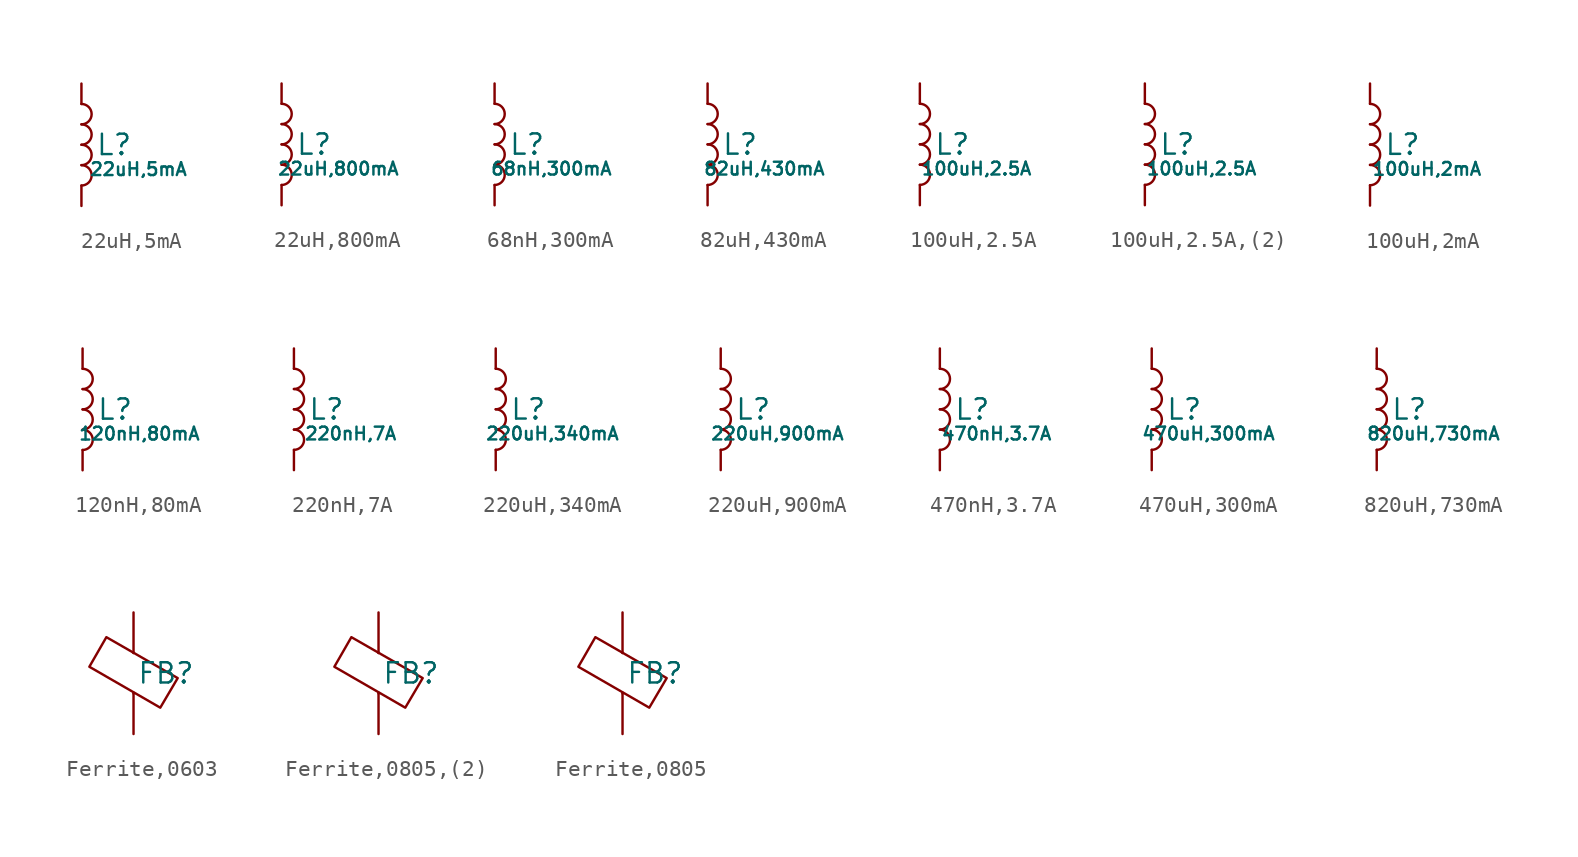
<source format=kicad_sym>
(kicad_symbol_lib
  (version 20231120)
  (generator "CDFER")
  (generator_version "8.0")
  (symbol "22uH,5mA"
    (pin_numbers hide)
    (pin_names
      (offset 0))
    (property "Reference" "L"
      (at 2.032 0 0)
      (effects (font (size 1.27 1.27)) (hide no)))
    (property "Value" "22uH,5mA"
      (at 3.556 -1.524 0)
      (effects (font (size 0.8 0.8)) (hide no)))
    (symbol "22uH,5mA_0_1"
      (arc (start 0 -2.54) (mid 0.6323 -1.905) (end 0 -1.27) (stroke (width 0) (type default)) (fill (type none)))
      (arc (start 0 -1.27) (mid 0.6323 -0.635) (end 0 0) (stroke (width 0) (type default)) (fill (type none)))
      (arc (start 0 0) (mid 0.6323 0.635) (end 0 1.27) (stroke (width 0) (type default)) (fill (type none)))
      (arc (start 0 1.27) (mid 0.6323 1.905) (end 0 2.54) (stroke (width 0) (type default)) (fill (type none))))
    (symbol "22uH,5mA_1_1"
      (pin passive line (at 0 3.81 270) (length 1.27) (name "~" (effects (font (size 1.27 1.27)))) (number "1" (effects (font (size 1.27 1.27)))))
      (pin passive line (at 0 -3.81 90) (length 1.27) (name "~" (effects (font (size 1.27 1.27)))) (number "2" (effects (font (size 1.27 1.27)))))))
  (symbol "22uH,800mA"
    (pin_numbers hide)
    (pin_names
      (offset 0))
    (property "Reference" "L"
      (at 2.032 0 0)
      (effects (font (size 1.27 1.27)) (hide no)))
    (property "Value" "22uH,800mA"
      (at 3.556 -1.524 0)
      (effects (font (size 0.8 0.8)) (hide no)))
    (symbol "22uH,800mA_0_1"
      (arc (start 0 -2.54) (mid 0.6323 -1.905) (end 0 -1.27) (stroke (width 0) (type default)) (fill (type none)))
      (arc (start 0 -1.27) (mid 0.6323 -0.635) (end 0 0) (stroke (width 0) (type default)) (fill (type none)))
      (arc (start 0 0) (mid 0.6323 0.635) (end 0 1.27) (stroke (width 0) (type default)) (fill (type none)))
      (arc (start 0 1.27) (mid 0.6323 1.905) (end 0 2.54) (stroke (width 0) (type default)) (fill (type none))))
    (symbol "22uH,800mA_1_1"
      (pin passive line (at 0 3.81 270) (length 1.27) (name "~" (effects (font (size 1.27 1.27)))) (number "1" (effects (font (size 1.27 1.27)))))
      (pin passive line (at 0 -3.81 90) (length 1.27) (name "~" (effects (font (size 1.27 1.27)))) (number "2" (effects (font (size 1.27 1.27)))))))
  (symbol "68nH,300mA"
    (pin_numbers hide)
    (pin_names
      (offset 0))
    (property "Reference" "L"
      (at 2.032 0 0)
      (effects (font (size 1.27 1.27)) (hide no)))
    (property "Value" "68nH,300mA"
      (at 3.556 -1.524 0)
      (effects (font (size 0.8 0.8)) (hide no)))
    (symbol "68nH,300mA_0_1"
      (arc (start 0 -2.54) (mid 0.6323 -1.905) (end 0 -1.27) (stroke (width 0) (type default)) (fill (type none)))
      (arc (start 0 -1.27) (mid 0.6323 -0.635) (end 0 0) (stroke (width 0) (type default)) (fill (type none)))
      (arc (start 0 0) (mid 0.6323 0.635) (end 0 1.27) (stroke (width 0) (type default)) (fill (type none)))
      (arc (start 0 1.27) (mid 0.6323 1.905) (end 0 2.54) (stroke (width 0) (type default)) (fill (type none))))
    (symbol "68nH,300mA_1_1"
      (pin passive line (at 0 3.81 270) (length 1.27) (name "~" (effects (font (size 1.27 1.27)))) (number "1" (effects (font (size 1.27 1.27)))))
      (pin passive line (at 0 -3.81 90) (length 1.27) (name "~" (effects (font (size 1.27 1.27)))) (number "2" (effects (font (size 1.27 1.27)))))))
  (symbol "82uH,430mA"
    (pin_numbers hide)
    (pin_names
      (offset 0))
    (property "Reference" "L"
      (at 2.032 0 0)
      (effects (font (size 1.27 1.27)) (hide no)))
    (property "Value" "82uH,430mA"
      (at 3.556 -1.524 0)
      (effects (font (size 0.8 0.8)) (hide no)))
    (symbol "82uH,430mA_0_1"
      (arc (start 0 -2.54) (mid 0.6323 -1.905) (end 0 -1.27) (stroke (width 0) (type default)) (fill (type none)))
      (arc (start 0 -1.27) (mid 0.6323 -0.635) (end 0 0) (stroke (width 0) (type default)) (fill (type none)))
      (arc (start 0 0) (mid 0.6323 0.635) (end 0 1.27) (stroke (width 0) (type default)) (fill (type none)))
      (arc (start 0 1.27) (mid 0.6323 1.905) (end 0 2.54) (stroke (width 0) (type default)) (fill (type none))))
    (symbol "82uH,430mA_1_1"
      (pin passive line (at 0 3.81 270) (length 1.27) (name "~" (effects (font (size 1.27 1.27)))) (number "1" (effects (font (size 1.27 1.27)))))
      (pin passive line (at 0 -3.81 90) (length 1.27) (name "~" (effects (font (size 1.27 1.27)))) (number "2" (effects (font (size 1.27 1.27)))))))
  (symbol "100uH,2.5A"
    (pin_numbers hide)
    (pin_names
      (offset 0))
    (property "Reference" "L"
      (at 2.032 0 0)
      (effects (font (size 1.27 1.27)) (hide no)))
    (property "Value" "100uH,2.5A"
      (at 3.556 -1.524 0)
      (effects (font (size 0.8 0.8)) (hide no)))
    (symbol "100uH,2.5A_0_1"
      (arc (start 0 -2.54) (mid 0.6323 -1.905) (end 0 -1.27) (stroke (width 0) (type default)) (fill (type none)))
      (arc (start 0 -1.27) (mid 0.6323 -0.635) (end 0 0) (stroke (width 0) (type default)) (fill (type none)))
      (arc (start 0 0) (mid 0.6323 0.635) (end 0 1.27) (stroke (width 0) (type default)) (fill (type none)))
      (arc (start 0 1.27) (mid 0.6323 1.905) (end 0 2.54) (stroke (width 0) (type default)) (fill (type none))))
    (symbol "100uH,2.5A_1_1"
      (pin passive line (at 0 3.81 270) (length 1.27) (name "~" (effects (font (size 1.27 1.27)))) (number "1" (effects (font (size 1.27 1.27)))))
      (pin passive line (at 0 -3.81 90) (length 1.27) (name "~" (effects (font (size 1.27 1.27)))) (number "2" (effects (font (size 1.27 1.27)))))))
  (symbol "100uH,2.5A,(2)"
    (pin_numbers hide)
    (pin_names
      (offset 0))
    (property "Reference" "L"
      (at 2.032 0 0)
      (effects (font (size 1.27 1.27)) (hide no)))
    (property "Value" "100uH,2.5A"
      (at 3.556 -1.524 0)
      (effects (font (size 0.8 0.8)) (hide no)))
    (symbol "100uH,2.5A,(2)_0_1"
      (arc (start 0 -2.54) (mid 0.6323 -1.905) (end 0 -1.27) (stroke (width 0) (type default)) (fill (type none)))
      (arc (start 0 -1.27) (mid 0.6323 -0.635) (end 0 0) (stroke (width 0) (type default)) (fill (type none)))
      (arc (start 0 0) (mid 0.6323 0.635) (end 0 1.27) (stroke (width 0) (type default)) (fill (type none)))
      (arc (start 0 1.27) (mid 0.6323 1.905) (end 0 2.54) (stroke (width 0) (type default)) (fill (type none))))
    (symbol "100uH,2.5A,(2)_1_1"
      (pin passive line (at 0 3.81 270) (length 1.27) (name "~" (effects (font (size 1.27 1.27)))) (number "1" (effects (font (size 1.27 1.27)))))
      (pin passive line (at 0 -3.81 90) (length 1.27) (name "~" (effects (font (size 1.27 1.27)))) (number "2" (effects (font (size 1.27 1.27)))))))
  (symbol "100uH,2mA"
    (pin_numbers hide)
    (pin_names
      (offset 0))
    (property "Reference" "L"
      (at 2.032 0 0)
      (effects (font (size 1.27 1.27)) (hide no)))
    (property "Value" "100uH,2mA"
      (at 3.556 -1.524 0)
      (effects (font (size 0.8 0.8)) (hide no)))
    (symbol "100uH,2mA_0_1"
      (arc (start 0 -2.54) (mid 0.6323 -1.905) (end 0 -1.27) (stroke (width 0) (type default)) (fill (type none)))
      (arc (start 0 -1.27) (mid 0.6323 -0.635) (end 0 0) (stroke (width 0) (type default)) (fill (type none)))
      (arc (start 0 0) (mid 0.6323 0.635) (end 0 1.27) (stroke (width 0) (type default)) (fill (type none)))
      (arc (start 0 1.27) (mid 0.6323 1.905) (end 0 2.54) (stroke (width 0) (type default)) (fill (type none))))
    (symbol "100uH,2mA_1_1"
      (pin passive line (at 0 3.81 270) (length 1.27) (name "~" (effects (font (size 1.27 1.27)))) (number "1" (effects (font (size 1.27 1.27)))))
      (pin passive line (at 0 -3.81 90) (length 1.27) (name "~" (effects (font (size 1.27 1.27)))) (number "2" (effects (font (size 1.27 1.27)))))))
  (symbol "120nH,80mA"
    (pin_numbers hide)
    (pin_names
      (offset 0))
    (property "Reference" "L"
      (at 2.032 0 0)
      (effects (font (size 1.27 1.27)) (hide no)))
    (property "Value" "120nH,80mA"
      (at 3.556 -1.524 0)
      (effects (font (size 0.8 0.8)) (hide no)))
    (symbol "120nH,80mA_0_1"
      (arc (start 0 -2.54) (mid 0.6323 -1.905) (end 0 -1.27) (stroke (width 0) (type default)) (fill (type none)))
      (arc (start 0 -1.27) (mid 0.6323 -0.635) (end 0 0) (stroke (width 0) (type default)) (fill (type none)))
      (arc (start 0 0) (mid 0.6323 0.635) (end 0 1.27) (stroke (width 0) (type default)) (fill (type none)))
      (arc (start 0 1.27) (mid 0.6323 1.905) (end 0 2.54) (stroke (width 0) (type default)) (fill (type none))))
    (symbol "120nH,80mA_1_1"
      (pin passive line (at 0 3.81 270) (length 1.27) (name "~" (effects (font (size 1.27 1.27)))) (number "1" (effects (font (size 1.27 1.27)))))
      (pin passive line (at 0 -3.81 90) (length 1.27) (name "~" (effects (font (size 1.27 1.27)))) (number "2" (effects (font (size 1.27 1.27)))))))
  (symbol "220nH,7A"
    (pin_numbers hide)
    (pin_names
      (offset 0))
    (property "Reference" "L"
      (at 2.032 0 0)
      (effects (font (size 1.27 1.27)) (hide no)))
    (property "Value" "220nH,7A"
      (at 3.556 -1.524 0)
      (effects (font (size 0.8 0.8)) (hide no)))
    (symbol "220nH,7A_0_1"
      (arc (start 0 -2.54) (mid 0.6323 -1.905) (end 0 -1.27) (stroke (width 0) (type default)) (fill (type none)))
      (arc (start 0 -1.27) (mid 0.6323 -0.635) (end 0 0) (stroke (width 0) (type default)) (fill (type none)))
      (arc (start 0 0) (mid 0.6323 0.635) (end 0 1.27) (stroke (width 0) (type default)) (fill (type none)))
      (arc (start 0 1.27) (mid 0.6323 1.905) (end 0 2.54) (stroke (width 0) (type default)) (fill (type none))))
    (symbol "220nH,7A_1_1"
      (pin passive line (at 0 3.81 270) (length 1.27) (name "~" (effects (font (size 1.27 1.27)))) (number "1" (effects (font (size 1.27 1.27)))))
      (pin passive line (at 0 -3.81 90) (length 1.27) (name "~" (effects (font (size 1.27 1.27)))) (number "2" (effects (font (size 1.27 1.27)))))))
  (symbol "220uH,340mA"
    (pin_numbers hide)
    (pin_names
      (offset 0))
    (property "Reference" "L"
      (at 2.032 0 0)
      (effects (font (size 1.27 1.27)) (hide no)))
    (property "Value" "220uH,340mA"
      (at 3.556 -1.524 0)
      (effects (font (size 0.8 0.8)) (hide no)))
    (symbol "220uH,340mA_0_1"
      (arc (start 0 -2.54) (mid 0.6323 -1.905) (end 0 -1.27) (stroke (width 0) (type default)) (fill (type none)))
      (arc (start 0 -1.27) (mid 0.6323 -0.635) (end 0 0) (stroke (width 0) (type default)) (fill (type none)))
      (arc (start 0 0) (mid 0.6323 0.635) (end 0 1.27) (stroke (width 0) (type default)) (fill (type none)))
      (arc (start 0 1.27) (mid 0.6323 1.905) (end 0 2.54) (stroke (width 0) (type default)) (fill (type none))))
    (symbol "220uH,340mA_1_1"
      (pin passive line (at 0 3.81 270) (length 1.27) (name "~" (effects (font (size 1.27 1.27)))) (number "1" (effects (font (size 1.27 1.27)))))
      (pin passive line (at 0 -3.81 90) (length 1.27) (name "~" (effects (font (size 1.27 1.27)))) (number "2" (effects (font (size 1.27 1.27)))))))
  (symbol "220uH,900mA"
    (pin_numbers hide)
    (pin_names
      (offset 0))
    (property "Reference" "L"
      (at 2.032 0 0)
      (effects (font (size 1.27 1.27)) (hide no)))
    (property "Value" "220uH,900mA"
      (at 3.556 -1.524 0)
      (effects (font (size 0.8 0.8)) (hide no)))
    (symbol "220uH,900mA_0_1"
      (arc (start 0 -2.54) (mid 0.6323 -1.905) (end 0 -1.27) (stroke (width 0) (type default)) (fill (type none)))
      (arc (start 0 -1.27) (mid 0.6323 -0.635) (end 0 0) (stroke (width 0) (type default)) (fill (type none)))
      (arc (start 0 0) (mid 0.6323 0.635) (end 0 1.27) (stroke (width 0) (type default)) (fill (type none)))
      (arc (start 0 1.27) (mid 0.6323 1.905) (end 0 2.54) (stroke (width 0) (type default)) (fill (type none))))
    (symbol "220uH,900mA_1_1"
      (pin passive line (at 0 3.81 270) (length 1.27) (name "~" (effects (font (size 1.27 1.27)))) (number "1" (effects (font (size 1.27 1.27)))))
      (pin passive line (at 0 -3.81 90) (length 1.27) (name "~" (effects (font (size 1.27 1.27)))) (number "2" (effects (font (size 1.27 1.27)))))))
  (symbol "470nH,3.7A"
    (pin_numbers hide)
    (pin_names
      (offset 0))
    (property "Reference" "L"
      (at 2.032 0 0)
      (effects (font (size 1.27 1.27)) (hide no)))
    (property "Value" "470nH,3.7A"
      (at 3.556 -1.524 0)
      (effects (font (size 0.8 0.8)) (hide no)))
    (symbol "470nH,3.7A_0_1"
      (arc (start 0 -2.54) (mid 0.6323 -1.905) (end 0 -1.27) (stroke (width 0) (type default)) (fill (type none)))
      (arc (start 0 -1.27) (mid 0.6323 -0.635) (end 0 0) (stroke (width 0) (type default)) (fill (type none)))
      (arc (start 0 0) (mid 0.6323 0.635) (end 0 1.27) (stroke (width 0) (type default)) (fill (type none)))
      (arc (start 0 1.27) (mid 0.6323 1.905) (end 0 2.54) (stroke (width 0) (type default)) (fill (type none))))
    (symbol "470nH,3.7A_1_1"
      (pin passive line (at 0 3.81 270) (length 1.27) (name "~" (effects (font (size 1.27 1.27)))) (number "1" (effects (font (size 1.27 1.27)))))
      (pin passive line (at 0 -3.81 90) (length 1.27) (name "~" (effects (font (size 1.27 1.27)))) (number "2" (effects (font (size 1.27 1.27)))))))
  (symbol "470uH,300mA"
    (pin_numbers hide)
    (pin_names
      (offset 0))
    (property "Reference" "L"
      (at 2.032 0 0)
      (effects (font (size 1.27 1.27)) (hide no)))
    (property "Value" "470uH,300mA"
      (at 3.556 -1.524 0)
      (effects (font (size 0.8 0.8)) (hide no)))
    (symbol "470uH,300mA_0_1"
      (arc (start 0 -2.54) (mid 0.6323 -1.905) (end 0 -1.27) (stroke (width 0) (type default)) (fill (type none)))
      (arc (start 0 -1.27) (mid 0.6323 -0.635) (end 0 0) (stroke (width 0) (type default)) (fill (type none)))
      (arc (start 0 0) (mid 0.6323 0.635) (end 0 1.27) (stroke (width 0) (type default)) (fill (type none)))
      (arc (start 0 1.27) (mid 0.6323 1.905) (end 0 2.54) (stroke (width 0) (type default)) (fill (type none))))
    (symbol "470uH,300mA_1_1"
      (pin passive line (at 0 3.81 270) (length 1.27) (name "~" (effects (font (size 1.27 1.27)))) (number "1" (effects (font (size 1.27 1.27)))))
      (pin passive line (at 0 -3.81 90) (length 1.27) (name "~" (effects (font (size 1.27 1.27)))) (number "2" (effects (font (size 1.27 1.27)))))))
  (symbol "820uH,730mA"
    (pin_numbers hide)
    (pin_names
      (offset 0))
    (property "Reference" "L"
      (at 2.032 0 0)
      (effects (font (size 1.27 1.27)) (hide no)))
    (property "Value" "820uH,730mA"
      (at 3.556 -1.524 0)
      (effects (font (size 0.8 0.8)) (hide no)))
    (symbol "820uH,730mA_0_1"
      (arc (start 0 -2.54) (mid 0.6323 -1.905) (end 0 -1.27) (stroke (width 0) (type default)) (fill (type none)))
      (arc (start 0 -1.27) (mid 0.6323 -0.635) (end 0 0) (stroke (width 0) (type default)) (fill (type none)))
      (arc (start 0 0) (mid 0.6323 0.635) (end 0 1.27) (stroke (width 0) (type default)) (fill (type none)))
      (arc (start 0 1.27) (mid 0.6323 1.905) (end 0 2.54) (stroke (width 0) (type default)) (fill (type none))))
    (symbol "820uH,730mA_1_1"
      (pin passive line (at 0 3.81 270) (length 1.27) (name "~" (effects (font (size 1.27 1.27)))) (number "1" (effects (font (size 1.27 1.27)))))
      (pin passive line (at 0 -3.81 90) (length 1.27) (name "~" (effects (font (size 1.27 1.27)))) (number "2" (effects (font (size 1.27 1.27)))))))
  (symbol "Ferrite,0603"
    (pin_numbers hide)
    (pin_names
      (offset 0))
    (property "Reference" "FB"
      (at 2.032 0 0)
      (effects (font (size 1.27 1.27)) (hide no)))
    (property "Value" ""
      (at 3.556 -1.524 0)
      (effects (font (size 0.8 0.8)) (hide no)))
    (symbol "Ferrite,0603_0_1"
      (polyline (pts (xy 0 -1.27) (xy 0 -1.219)) (stroke (width 0) (type default)) (fill (type none)))
      (polyline (pts (xy 0 1.27) (xy 0 1.295)) (stroke (width 0) (type default)) (fill (type none)))
      (polyline (pts (xy -2.769 0.406) (xy -1.702 2.261) (xy 2.769 -0.305) (xy 1.676 -2.159) (xy -2.769 0.406)) (stroke (width 0) (type default)) (fill (type none))))
    (symbol "Ferrite,0603_1_1"
      (pin passive line (at 0 3.81 270) (length 2.54) (name "~" (effects (font (size 1.27 1.27)))) (number "1" (effects (font (size 1.27 1.27)))))
      (pin passive line (at 0 -3.81 90) (length 2.54) (name "~" (effects (font (size 1.27 1.27)))) (number "2" (effects (font (size 1.27 1.27)))))))
  (symbol "Ferrite,0805,(2)"
    (pin_numbers hide)
    (pin_names
      (offset 0))
    (property "Reference" "FB"
      (at 2.032 0 0)
      (effects (font (size 1.27 1.27)) (hide no)))
    (property "Value" ""
      (at 3.556 -1.524 0)
      (effects (font (size 0.8 0.8)) (hide no)))
    (symbol "Ferrite,0805,(2)_0_1"
      (polyline (pts (xy 0 -1.27) (xy 0 -1.219)) (stroke (width 0) (type default)) (fill (type none)))
      (polyline (pts (xy 0 1.27) (xy 0 1.295)) (stroke (width 0) (type default)) (fill (type none)))
      (polyline (pts (xy -2.769 0.406) (xy -1.702 2.261) (xy 2.769 -0.305) (xy 1.676 -2.159) (xy -2.769 0.406)) (stroke (width 0) (type default)) (fill (type none))))
    (symbol "Ferrite,0805,(2)_1_1"
      (pin passive line (at 0 3.81 270) (length 2.54) (name "~" (effects (font (size 1.27 1.27)))) (number "1" (effects (font (size 1.27 1.27)))))
      (pin passive line (at 0 -3.81 90) (length 2.54) (name "~" (effects (font (size 1.27 1.27)))) (number "2" (effects (font (size 1.27 1.27)))))))
  (symbol "Ferrite,0805"
    (pin_numbers hide)
    (pin_names
      (offset 0))
    (property "Reference" "FB"
      (at 2.032 0 0)
      (effects (font (size 1.27 1.27)) (hide no)))
    (property "Value" ""
      (at 3.556 -1.524 0)
      (effects (font (size 0.8 0.8)) (hide no)))
    (symbol "Ferrite,0805_0_1"
      (polyline (pts (xy 0 -1.27) (xy 0 -1.219)) (stroke (width 0) (type default)) (fill (type none)))
      (polyline (pts (xy 0 1.27) (xy 0 1.295)) (stroke (width 0) (type default)) (fill (type none)))
      (polyline (pts (xy -2.769 0.406) (xy -1.702 2.261) (xy 2.769 -0.305) (xy 1.676 -2.159) (xy -2.769 0.406)) (stroke (width 0) (type default)) (fill (type none))))
    (symbol "Ferrite,0805_1_1"
      (pin passive line (at 0 3.81 270) (length 2.54) (name "~" (effects (font (size 1.27 1.27)))) (number "1" (effects (font (size 1.27 1.27)))))
      (pin passive line (at 0 -3.81 90) (length 2.54) (name "~" (effects (font (size 1.27 1.27)))) (number "2" (effects (font (size 1.27 1.27))))))))
</source>
